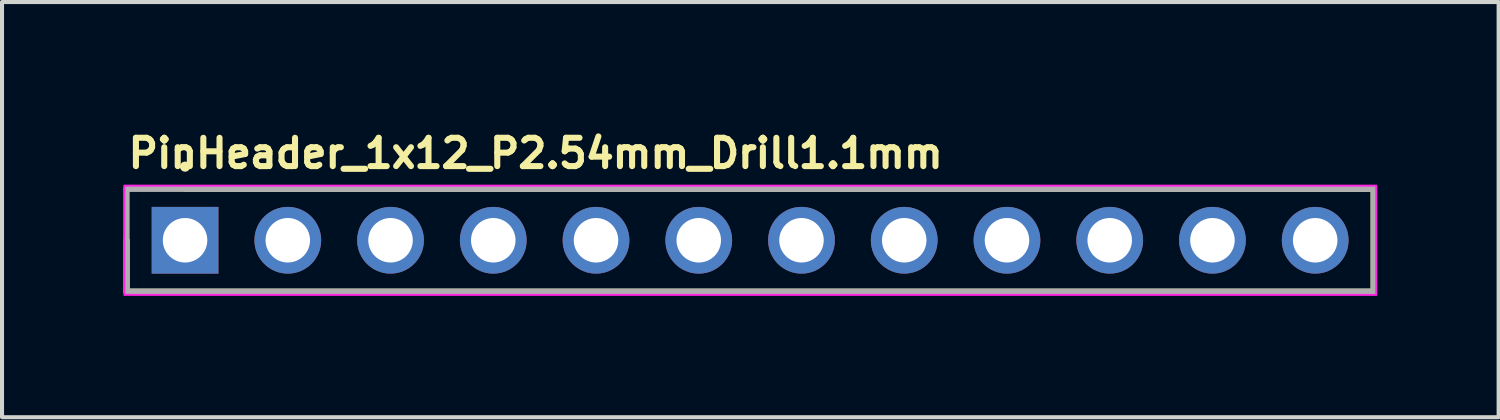
<source format=kicad_pcb>
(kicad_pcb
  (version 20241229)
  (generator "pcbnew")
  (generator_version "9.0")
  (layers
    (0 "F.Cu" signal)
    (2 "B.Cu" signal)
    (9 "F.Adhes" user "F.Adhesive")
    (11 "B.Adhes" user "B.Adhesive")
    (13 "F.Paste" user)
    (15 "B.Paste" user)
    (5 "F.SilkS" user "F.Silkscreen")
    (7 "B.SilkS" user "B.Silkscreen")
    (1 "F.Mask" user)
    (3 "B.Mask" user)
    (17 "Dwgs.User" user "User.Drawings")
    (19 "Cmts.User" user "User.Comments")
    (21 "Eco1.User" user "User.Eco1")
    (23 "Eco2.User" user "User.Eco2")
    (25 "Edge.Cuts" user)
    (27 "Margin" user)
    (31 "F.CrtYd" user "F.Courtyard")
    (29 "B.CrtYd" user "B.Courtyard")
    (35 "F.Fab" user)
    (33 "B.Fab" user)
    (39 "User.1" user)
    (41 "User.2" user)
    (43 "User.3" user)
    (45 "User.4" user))
  (footprint "PinHeader_1x12_P2.54mm_Drill1.1mm"
    (layer "F.Cu")
    (at 1.525 2.89)
    (property "Reference" "PinHeader_1x12_P2.54mm_Drill1.1mm" (at -1.48 -1.74 0) (unlocked yes) (layer "F.SilkS") (effects (font (size 0.7 0.7) (thickness 0.15)) (justify left bottom)))
    (attr through_hole)
    (fp_line (start -1.445 0) (end -1.445 1.27) (stroke (width 0.15) (type solid)) (layer "F.SilkS"))
    (fp_line (start -1.445 1.27) (end 29.385 1.27) (stroke (width 0.15) (type solid)) (layer "F.SilkS"))
    (fp_line (start 29.385 -1.27) (end 0 -1.27) (stroke (width 0.15) (type solid)) (layer "F.SilkS"))
    (fp_line (start 29.385 1.27) (end 29.385 -1.27) (stroke (width 0.15) (type solid)) (layer "F.SilkS"))
    (fp_circle (center 0 -1.82) (end 0.05 -1.82) (stroke (width 0.15) (type solid)) (fill yes) (layer "F.SilkS"))
    (fp_rect (start -1.5 -1.35) (end 29.45 1.35) (stroke (width 0.05) (type solid)) (fill no) (layer "F.CrtYd"))
    (fp_line (start -1.445 -1.27) (end 29.385 -1.27) (stroke (width 0.15) (type solid)) (layer "F.Fab"))
    (fp_line (start -1.445 1.27) (end -1.445 -1.27) (stroke (width 0.15) (type solid)) (layer "F.Fab"))
    (fp_line (start 29.385 -1.27) (end 29.385 1.27) (stroke (width 0.15) (type solid)) (layer "F.Fab"))
    (fp_line (start 29.385 1.27) (end -1.445 1.27) (stroke (width 0.15) (type solid)) (layer "F.Fab"))
    (fp_rect (start -1.27 -1.27) (end 29.21 1.27) (stroke (width 0.1) (type solid)) (fill no) (layer "User.5"))
    (fp_line (start -1.27 -1.27) (end 1.045 -1.27) (stroke (width 0.02) (type solid)) (layer "User.9"))
    (fp_line (start -1.27 1.27) (end -1.27 -1.27) (stroke (width 0.02) (type solid)) (layer "User.9"))
    (fp_line (start -1.27 1.27) (end 1.045 1.27) (stroke (width 0.02) (type solid)) (layer "User.9"))
    (fp_line (start -0.32 -0.32) (end -0.064 -0.064) (stroke (width 0.02) (type solid)) (layer "User.9"))
    (fp_line (start -0.32 -0.32) (end 0.32 -0.32) (stroke (width 0.02) (type solid)) (layer "User.9"))
    (fp_line (start -0.32 0.32) (end -0.32 -0.32) (stroke (width 0.02) (type solid)) (layer "User.9"))
    (fp_line (start -0.32 0.32) (end -0.064 0.064) (stroke (width 0.02) (type solid)) (layer "User.9"))
    (fp_line (start -0.32 0.32) (end 0.32 0.32) (stroke (width 0.02) (type solid)) (layer "User.9"))
    (fp_line (start -0.064 -0.064) (end 0.064 -0.064) (stroke (width 0.02) (type solid)) (layer "User.9"))
    (fp_line (start -0.064 0.064) (end -0.064 -0.064) (stroke (width 0.02) (type solid)) (layer "User.9"))
    (fp_line (start -0.064 0.064) (end 0.064 0.064) (stroke (width 0.02) (type solid)) (layer "User.9"))
    (fp_line (start 0.064 0.064) (end 0.064 -0.064) (stroke (width 0.02) (type solid)) (layer "User.9"))
    (fp_line (start 0.32 -0.32) (end 0.064 -0.064) (stroke (width 0.02) (type solid)) (layer "User.9"))
    (fp_line (start 0.32 0.32) (end 0.064 0.064) (stroke (width 0.02) (type solid)) (layer "User.9"))
    (fp_line (start 0.32 0.32) (end 0.32 -0.32) (stroke (width 0.02) (type solid)) (layer "User.9"))
    (fp_line (start 1.045 -1.27) (end 1.27 -1.045) (stroke (width 0.02) (type solid)) (layer "User.9"))
    (fp_line (start 1.045 1.27) (end 1.045 -1.27) (stroke (width 0.02) (type solid)) (layer "User.9"))
    (fp_line (start 1.045 1.27) (end 1.27 1.045) (stroke (width 0.02) (type solid)) (layer "User.9"))
    (fp_line (start 1.27 1.045) (end 1.27 -1.045) (stroke (width 0.02) (type solid)) (layer "User.9"))
    (fp_line (start 1.495 -1.27) (end 1.27 -1.045) (stroke (width 0.02) (type solid)) (layer "User.9"))
    (fp_line (start 1.495 -1.27) (end 3.585 -1.27) (stroke (width 0.02) (type solid)) (layer "User.9"))
    (fp_line (start 1.495 1.27) (end 1.27 1.045) (stroke (width 0.02) (type solid)) (layer "User.9"))
    (fp_line (start 1.495 1.27) (end 1.495 -1.27) (stroke (width 0.02) (type solid)) (layer "User.9"))
    (fp_line (start 1.495 1.27) (end 3.585 1.27) (stroke (width 0.02) (type solid)) (layer "User.9"))
    (fp_line (start 2.22 -0.32) (end 2.476 -0.064) (stroke (width 0.02) (type solid)) (layer "User.9"))
    (fp_line (start 2.22 -0.32) (end 2.86 -0.32) (stroke (width 0.02) (type solid)) (layer "User.9"))
    (fp_line (start 2.22 0.32) (end 2.22 -0.32) (stroke (width 0.02) (type solid)) (layer "User.9"))
    (fp_line (start 2.22 0.32) (end 2.476 0.064) (stroke (width 0.02) (type solid)) (layer "User.9"))
    (fp_line (start 2.22 0.32) (end 2.86 0.32) (stroke (width 0.02) (type solid)) (layer "User.9"))
    (fp_line (start 2.476 -0.064) (end 2.604 -0.064) (stroke (width 0.02) (type solid)) (layer "User.9"))
    (fp_line (start 2.476 0.064) (end 2.476 -0.064) (stroke (width 0.02) (type solid)) (layer "User.9"))
    (fp_line (start 2.476 0.064) (end 2.604 0.064) (stroke (width 0.02) (type solid)) (layer "User.9"))
    (fp_line (start 2.604 0.064) (end 2.604 -0.064) (stroke (width 0.02) (type solid)) (layer "User.9"))
    (fp_line (start 2.86 -0.32) (end 2.604 -0.064) (stroke (width 0.02) (type solid)) (layer "User.9"))
    (fp_line (start 2.86 0.32) (end 2.604 0.064) (stroke (width 0.02) (type solid)) (layer "User.9"))
    (fp_line (start 2.86 0.32) (end 2.86 -0.32) (stroke (width 0.02) (type solid)) (layer "User.9"))
    (fp_line (start 3.585 -1.27) (end 3.81 -1.045) (stroke (width 0.02) (type solid)) (layer "User.9"))
    (fp_line (start 3.585 1.27) (end 3.585 -1.27) (stroke (width 0.02) (type solid)) (layer "User.9"))
    (fp_line (start 3.585 1.27) (end 3.81 1.045) (stroke (width 0.02) (type solid)) (layer "User.9"))
    (fp_line (start 3.81 1.045) (end 3.81 -1.045) (stroke (width 0.02) (type solid)) (layer "User.9"))
    (fp_line (start 4.035 -1.27) (end 3.81 -1.045) (stroke (width 0.02) (type solid)) (layer "User.9"))
    (fp_line (start 4.035 -1.27) (end 6.125 -1.27) (stroke (width 0.02) (type solid)) (layer "User.9"))
    (fp_line (start 4.035 1.27) (end 3.81 1.045) (stroke (width 0.02) (type solid)) (layer "User.9"))
    (fp_line (start 4.035 1.27) (end 4.035 -1.27) (stroke (width 0.02) (type solid)) (layer "User.9"))
    (fp_line (start 4.035 1.27) (end 6.125 1.27) (stroke (width 0.02) (type solid)) (layer "User.9"))
    (fp_line (start 4.76 -0.32) (end 5.016 -0.064) (stroke (width 0.02) (type solid)) (layer "User.9"))
    (fp_line (start 4.76 -0.32) (end 5.4 -0.32) (stroke (width 0.02) (type solid)) (layer "User.9"))
    (fp_line (start 4.76 0.32) (end 4.76 -0.32) (stroke (width 0.02) (type solid)) (layer "User.9"))
    (fp_line (start 4.76 0.32) (end 5.016 0.064) (stroke (width 0.02) (type solid)) (layer "User.9"))
    (fp_line (start 4.76 0.32) (end 5.4 0.32) (stroke (width 0.02) (type solid)) (layer "User.9"))
    (fp_line (start 5.016 -0.064) (end 5.144 -0.064) (stroke (width 0.02) (type solid)) (layer "User.9"))
    (fp_line (start 5.016 0.064) (end 5.016 -0.064) (stroke (width 0.02) (type solid)) (layer "User.9"))
    (fp_line (start 5.016 0.064) (end 5.144 0.064) (stroke (width 0.02) (type solid)) (layer "User.9"))
    (fp_line (start 5.144 0.064) (end 5.144 -0.064) (stroke (width 0.02) (type solid)) (layer "User.9"))
    (fp_line (start 5.4 -0.32) (end 5.144 -0.064) (stroke (width 0.02) (type solid)) (layer "User.9"))
    (fp_line (start 5.4 0.32) (end 5.144 0.064) (stroke (width 0.02) (type solid)) (layer "User.9"))
    (fp_line (start 5.4 0.32) (end 5.4 -0.32) (stroke (width 0.02) (type solid)) (layer "User.9"))
    (fp_line (start 6.125 -1.27) (end 6.35 -1.045) (stroke (width 0.02) (type solid)) (layer "User.9"))
    (fp_line (start 6.125 1.27) (end 6.125 -1.27) (stroke (width 0.02) (type solid)) (layer "User.9"))
    (fp_line (start 6.125 1.27) (end 6.35 1.045) (stroke (width 0.02) (type solid)) (layer "User.9"))
    (fp_line (start 6.35 1.045) (end 6.35 -1.045) (stroke (width 0.02) (type solid)) (layer "User.9"))
    (fp_line (start 6.575 -1.27) (end 6.35 -1.045) (stroke (width 0.02) (type solid)) (layer "User.9"))
    (fp_line (start 6.575 -1.27) (end 8.665 -1.27) (stroke (width 0.02) (type solid)) (layer "User.9"))
    (fp_line (start 6.575 1.27) (end 6.35 1.045) (stroke (width 0.02) (type solid)) (layer "User.9"))
    (fp_line (start 6.575 1.27) (end 6.575 -1.27) (stroke (width 0.02) (type solid)) (layer "User.9"))
    (fp_line (start 6.575 1.27) (end 8.665 1.27) (stroke (width 0.02) (type solid)) (layer "User.9"))
    (fp_line (start 7.3 -0.32) (end 7.556 -0.064) (stroke (width 0.02) (type solid)) (layer "User.9"))
    (fp_line (start 7.3 -0.32) (end 7.94 -0.32) (stroke (width 0.02) (type solid)) (layer "User.9"))
    (fp_line (start 7.3 0.32) (end 7.3 -0.32) (stroke (width 0.02) (type solid)) (layer "User.9"))
    (fp_line (start 7.3 0.32) (end 7.556 0.064) (stroke (width 0.02) (type solid)) (layer "User.9"))
    (fp_line (start 7.3 0.32) (end 7.94 0.32) (stroke (width 0.02) (type solid)) (layer "User.9"))
    (fp_line (start 7.556 -0.064) (end 7.684 -0.064) (stroke (width 0.02) (type solid)) (layer "User.9"))
    (fp_line (start 7.556 0.064) (end 7.556 -0.064) (stroke (width 0.02) (type solid)) (layer "User.9"))
    (fp_line (start 7.556 0.064) (end 7.684 0.064) (stroke (width 0.02) (type solid)) (layer "User.9"))
    (fp_line (start 7.684 0.064) (end 7.684 -0.064) (stroke (width 0.02) (type solid)) (layer "User.9"))
    (fp_line (start 7.94 -0.32) (end 7.684 -0.064) (stroke (width 0.02) (type solid)) (layer "User.9"))
    (fp_line (start 7.94 0.32) (end 7.684 0.064) (stroke (width 0.02) (type solid)) (layer "User.9"))
    (fp_line (start 7.94 0.32) (end 7.94 -0.32) (stroke (width 0.02) (type solid)) (layer "User.9"))
    (fp_line (start 8.665 -1.27) (end 8.89 -1.045) (stroke (width 0.02) (type solid)) (layer "User.9"))
    (fp_line (start 8.665 1.27) (end 8.665 -1.27) (stroke (width 0.02) (type solid)) (layer "User.9"))
    (fp_line (start 8.665 1.27) (end 8.89 1.045) (stroke (width 0.02) (type solid)) (layer "User.9"))
    (fp_line (start 8.89 1.045) (end 8.89 -1.045) (stroke (width 0.02) (type solid)) (layer "User.9"))
    (fp_line (start 9.115 -1.27) (end 8.89 -1.045) (stroke (width 0.02) (type solid)) (layer "User.9"))
    (fp_line (start 9.115 -1.27) (end 11.206 -1.27) (stroke (width 0.02) (type solid)) (layer "User.9"))
    (fp_line (start 9.115 1.27) (end 8.89 1.045) (stroke (width 0.02) (type solid)) (layer "User.9"))
    (fp_line (start 9.115 1.27) (end 9.115 -1.27) (stroke (width 0.02) (type solid)) (layer "User.9"))
    (fp_line (start 9.115 1.27) (end 11.206 1.27) (stroke (width 0.02) (type solid)) (layer "User.9"))
    (fp_line (start 9.84 -0.32) (end 10.096 -0.064) (stroke (width 0.02) (type solid)) (layer "User.9"))
    (fp_line (start 9.84 -0.32) (end 10.48 -0.32) (stroke (width 0.02) (type solid)) (layer "User.9"))
    (fp_line (start 9.84 0.32) (end 9.84 -0.32) (stroke (width 0.02) (type solid)) (layer "User.9"))
    (fp_line (start 9.84 0.32) (end 10.096 0.064) (stroke (width 0.02) (type solid)) (layer "User.9"))
    (fp_line (start 9.84 0.32) (end 10.48 0.32) (stroke (width 0.02) (type solid)) (layer "User.9"))
    (fp_line (start 10.096 -0.064) (end 10.224 -0.064) (stroke (width 0.02) (type solid)) (layer "User.9"))
    (fp_line (start 10.096 0.064) (end 10.096 -0.064) (stroke (width 0.02) (type solid)) (layer "User.9"))
    (fp_line (start 10.096 0.064) (end 10.224 0.064) (stroke (width 0.02) (type solid)) (layer "User.9"))
    (fp_line (start 10.224 0.064) (end 10.224 -0.064) (stroke (width 0.02) (type solid)) (layer "User.9"))
    (fp_line (start 10.48 -0.32) (end 10.224 -0.064) (stroke (width 0.02) (type solid)) (layer "User.9"))
    (fp_line (start 10.48 0.32) (end 10.224 0.064) (stroke (width 0.02) (type solid)) (layer "User.9"))
    (fp_line (start 10.48 0.32) (end 10.48 -0.32) (stroke (width 0.02) (type solid)) (layer "User.9"))
    (fp_line (start 11.206 -1.27) (end 11.43 -1.045) (stroke (width 0.02) (type solid)) (layer "User.9"))
    (fp_line (start 11.206 1.27) (end 11.206 -1.27) (stroke (width 0.02) (type solid)) (layer "User.9"))
    (fp_line (start 11.206 1.27) (end 11.43 1.045) (stroke (width 0.02) (type solid)) (layer "User.9"))
    (fp_line (start 11.43 1.045) (end 11.43 -1.045) (stroke (width 0.02) (type solid)) (layer "User.9"))
    (fp_line (start 11.654 -1.27) (end 11.43 -1.045) (stroke (width 0.02) (type solid)) (layer "User.9"))
    (fp_line (start 11.654 -1.27) (end 13.746 -1.27) (stroke (width 0.02) (type solid)) (layer "User.9"))
    (fp_line (start 11.654 1.27) (end 11.43 1.045) (stroke (width 0.02) (type solid)) (layer "User.9"))
    (fp_line (start 11.654 1.27) (end 11.654 -1.27) (stroke (width 0.02) (type solid)) (layer "User.9"))
    (fp_line (start 11.654 1.27) (end 13.746 1.27) (stroke (width 0.02) (type solid)) (layer "User.9"))
    (fp_line (start 12.38 -0.32) (end 12.636 -0.064) (stroke (width 0.02) (type solid)) (layer "User.9"))
    (fp_line (start 12.38 -0.32) (end 13.02 -0.32) (stroke (width 0.02) (type solid)) (layer "User.9"))
    (fp_line (start 12.38 0.32) (end 12.38 -0.32) (stroke (width 0.02) (type solid)) (layer "User.9"))
    (fp_line (start 12.38 0.32) (end 12.636 0.064) (stroke (width 0.02) (type solid)) (layer "User.9"))
    (fp_line (start 12.38 0.32) (end 13.02 0.32) (stroke (width 0.02) (type solid)) (layer "User.9"))
    (fp_line (start 12.636 -0.064) (end 12.764 -0.064) (stroke (width 0.02) (type solid)) (layer "User.9"))
    (fp_line (start 12.636 0.064) (end 12.636 -0.064) (stroke (width 0.02) (type solid)) (layer "User.9"))
    (fp_line (start 12.636 0.064) (end 12.764 0.064) (stroke (width 0.02) (type solid)) (layer "User.9"))
    (fp_line (start 12.764 0.064) (end 12.764 -0.064) (stroke (width 0.02) (type solid)) (layer "User.9"))
    (fp_line (start 13.02 -0.32) (end 12.764 -0.064) (stroke (width 0.02) (type solid)) (layer "User.9"))
    (fp_line (start 13.02 0.32) (end 12.764 0.064) (stroke (width 0.02) (type solid)) (layer "User.9"))
    (fp_line (start 13.02 0.32) (end 13.02 -0.32) (stroke (width 0.02) (type solid)) (layer "User.9"))
    (fp_line (start 13.746 -1.27) (end 13.97 -1.045) (stroke (width 0.02) (type solid)) (layer "User.9"))
    (fp_line (start 13.746 1.27) (end 13.746 -1.27) (stroke (width 0.02) (type solid)) (layer "User.9"))
    (fp_line (start 13.746 1.27) (end 13.97 1.045) (stroke (width 0.02) (type solid)) (layer "User.9"))
    (fp_line (start 13.97 1.045) (end 13.97 -1.045) (stroke (width 0.02) (type solid)) (layer "User.9"))
    (fp_line (start 14.194 -1.27) (end 13.97 -1.045) (stroke (width 0.02) (type solid)) (layer "User.9"))
    (fp_line (start 14.194 -1.27) (end 16.285 -1.27) (stroke (width 0.02) (type solid)) (layer "User.9"))
    (fp_line (start 14.194 1.27) (end 13.97 1.045) (stroke (width 0.02) (type solid)) (layer "User.9"))
    (fp_line (start 14.194 1.27) (end 14.194 -1.27) (stroke (width 0.02) (type solid)) (layer "User.9"))
    (fp_line (start 14.194 1.27) (end 16.285 1.27) (stroke (width 0.02) (type solid)) (layer "User.9"))
    (fp_line (start 14.92 -0.32) (end 15.176 -0.064) (stroke (width 0.02) (type solid)) (layer "User.9"))
    (fp_line (start 14.92 -0.32) (end 15.56 -0.32) (stroke (width 0.02) (type solid)) (layer "User.9"))
    (fp_line (start 14.92 0.32) (end 14.92 -0.32) (stroke (width 0.02) (type solid)) (layer "User.9"))
    (fp_line (start 14.92 0.32) (end 15.176 0.064) (stroke (width 0.02) (type solid)) (layer "User.9"))
    (fp_line (start 14.92 0.32) (end 15.56 0.32) (stroke (width 0.02) (type solid)) (layer "User.9"))
    (fp_line (start 15.176 -0.064) (end 15.304 -0.064) (stroke (width 0.02) (type solid)) (layer "User.9"))
    (fp_line (start 15.176 0.064) (end 15.176 -0.064) (stroke (width 0.02) (type solid)) (layer "User.9"))
    (fp_line (start 15.176 0.064) (end 15.304 0.064) (stroke (width 0.02) (type solid)) (layer "User.9"))
    (fp_line (start 15.304 0.064) (end 15.304 -0.064) (stroke (width 0.02) (type solid)) (layer "User.9"))
    (fp_line (start 15.56 -0.32) (end 15.304 -0.064) (stroke (width 0.02) (type solid)) (layer "User.9"))
    (fp_line (start 15.56 0.32) (end 15.304 0.064) (stroke (width 0.02) (type solid)) (layer "User.9"))
    (fp_line (start 15.56 0.32) (end 15.56 -0.32) (stroke (width 0.02) (type solid)) (layer "User.9"))
    (fp_line (start 16.285 -1.27) (end 16.51 -1.045) (stroke (width 0.02) (type solid)) (layer "User.9"))
    (fp_line (start 16.285 1.27) (end 16.285 -1.27) (stroke (width 0.02) (type solid)) (layer "User.9"))
    (fp_line (start 16.285 1.27) (end 16.51 1.045) (stroke (width 0.02) (type solid)) (layer "User.9"))
    (fp_line (start 16.51 1.045) (end 16.51 -1.045) (stroke (width 0.02) (type solid)) (layer "User.9"))
    (fp_line (start 16.735 -1.27) (end 16.51 -1.045) (stroke (width 0.02) (type solid)) (layer "User.9"))
    (fp_line (start 16.735 -1.27) (end 18.826 -1.27) (stroke (width 0.02) (type solid)) (layer "User.9"))
    (fp_line (start 16.735 1.27) (end 16.51 1.045) (stroke (width 0.02) (type solid)) (layer "User.9"))
    (fp_line (start 16.735 1.27) (end 16.735 -1.27) (stroke (width 0.02) (type solid)) (layer "User.9"))
    (fp_line (start 16.735 1.27) (end 18.826 1.27) (stroke (width 0.02) (type solid)) (layer "User.9"))
    (fp_line (start 17.46 -0.32) (end 17.716 -0.064) (stroke (width 0.02) (type solid)) (layer "User.9"))
    (fp_line (start 17.46 -0.32) (end 18.1 -0.32) (stroke (width 0.02) (type solid)) (layer "User.9"))
    (fp_line (start 17.46 0.32) (end 17.46 -0.32) (stroke (width 0.02) (type solid)) (layer "User.9"))
    (fp_line (start 17.46 0.32) (end 17.716 0.064) (stroke (width 0.02) (type solid)) (layer "User.9"))
    (fp_line (start 17.46 0.32) (end 18.1 0.32) (stroke (width 0.02) (type solid)) (layer "User.9"))
    (fp_line (start 17.716 -0.064) (end 17.844 -0.064) (stroke (width 0.02) (type solid)) (layer "User.9"))
    (fp_line (start 17.716 0.064) (end 17.716 -0.064) (stroke (width 0.02) (type solid)) (layer "User.9"))
    (fp_line (start 17.716 0.064) (end 17.844 0.064) (stroke (width 0.02) (type solid)) (layer "User.9"))
    (fp_line (start 17.844 0.064) (end 17.844 -0.064) (stroke (width 0.02) (type solid)) (layer "User.9"))
    (fp_line (start 18.1 -0.32) (end 17.844 -0.064) (stroke (width 0.02) (type solid)) (layer "User.9"))
    (fp_line (start 18.1 0.32) (end 17.844 0.064) (stroke (width 0.02) (type solid)) (layer "User.9"))
    (fp_line (start 18.1 0.32) (end 18.1 -0.32) (stroke (width 0.02) (type solid)) (layer "User.9"))
    (fp_line (start 18.826 -1.27) (end 19.05 -1.045) (stroke (width 0.02) (type solid)) (layer "User.9"))
    (fp_line (start 18.826 1.27) (end 18.826 -1.27) (stroke (width 0.02) (type solid)) (layer "User.9"))
    (fp_line (start 18.826 1.27) (end 19.05 1.045) (stroke (width 0.02) (type solid)) (layer "User.9"))
    (fp_line (start 19.05 1.045) (end 19.05 -1.045) (stroke (width 0.02) (type solid)) (layer "User.9"))
    (fp_line (start 19.274 -1.27) (end 19.05 -1.045) (stroke (width 0.02) (type solid)) (layer "User.9"))
    (fp_line (start 19.274 -1.27) (end 21.365 -1.27) (stroke (width 0.02) (type solid)) (layer "User.9"))
    (fp_line (start 19.274 1.27) (end 19.05 1.045) (stroke (width 0.02) (type solid)) (layer "User.9"))
    (fp_line (start 19.274 1.27) (end 19.274 -1.27) (stroke (width 0.02) (type solid)) (layer "User.9"))
    (fp_line (start 19.274 1.27) (end 21.365 1.27) (stroke (width 0.02) (type solid)) (layer "User.9"))
    (fp_line (start 20 -0.32) (end 20.256 -0.064) (stroke (width 0.02) (type solid)) (layer "User.9"))
    (fp_line (start 20 -0.32) (end 20.64 -0.32) (stroke (width 0.02) (type solid)) (layer "User.9"))
    (fp_line (start 20 0.32) (end 20 -0.32) (stroke (width 0.02) (type solid)) (layer "User.9"))
    (fp_line (start 20 0.32) (end 20.256 0.064) (stroke (width 0.02) (type solid)) (layer "User.9"))
    (fp_line (start 20 0.32) (end 20.64 0.32) (stroke (width 0.02) (type solid)) (layer "User.9"))
    (fp_line (start 20.256 -0.064) (end 20.384 -0.064) (stroke (width 0.02) (type solid)) (layer "User.9"))
    (fp_line (start 20.256 0.064) (end 20.256 -0.064) (stroke (width 0.02) (type solid)) (layer "User.9"))
    (fp_line (start 20.256 0.064) (end 20.384 0.064) (stroke (width 0.02) (type solid)) (layer "User.9"))
    (fp_line (start 20.384 0.064) (end 20.384 -0.064) (stroke (width 0.02) (type solid)) (layer "User.9"))
    (fp_line (start 20.64 -0.32) (end 20.384 -0.064) (stroke (width 0.02) (type solid)) (layer "User.9"))
    (fp_line (start 20.64 0.32) (end 20.384 0.064) (stroke (width 0.02) (type solid)) (layer "User.9"))
    (fp_line (start 20.64 0.32) (end 20.64 -0.32) (stroke (width 0.02) (type solid)) (layer "User.9"))
    (fp_line (start 21.365 -1.27) (end 21.59 -1.045) (stroke (width 0.02) (type solid)) (layer "User.9"))
    (fp_line (start 21.365 1.27) (end 21.365 -1.27) (stroke (width 0.02) (type solid)) (layer "User.9"))
    (fp_line (start 21.365 1.27) (end 21.59 1.045) (stroke (width 0.02) (type solid)) (layer "User.9"))
    (fp_line (start 21.59 1.045) (end 21.59 -1.045) (stroke (width 0.02) (type solid)) (layer "User.9"))
    (fp_line (start 21.815 -1.27) (end 21.59 -1.045) (stroke (width 0.02) (type solid)) (layer "User.9"))
    (fp_line (start 21.815 -1.27) (end 23.906 -1.27) (stroke (width 0.02) (type solid)) (layer "User.9"))
    (fp_line (start 21.815 1.27) (end 21.59 1.045) (stroke (width 0.02) (type solid)) (layer "User.9"))
    (fp_line (start 21.815 1.27) (end 21.815 -1.27) (stroke (width 0.02) (type solid)) (layer "User.9"))
    (fp_line (start 21.815 1.27) (end 23.906 1.27) (stroke (width 0.02) (type solid)) (layer "User.9"))
    (fp_line (start 22.54 -0.32) (end 22.796 -0.064) (stroke (width 0.02) (type solid)) (layer "User.9"))
    (fp_line (start 22.54 -0.32) (end 23.18 -0.32) (stroke (width 0.02) (type solid)) (layer "User.9"))
    (fp_line (start 22.54 0.32) (end 22.54 -0.32) (stroke (width 0.02) (type solid)) (layer "User.9"))
    (fp_line (start 22.54 0.32) (end 22.796 0.064) (stroke (width 0.02) (type solid)) (layer "User.9"))
    (fp_line (start 22.54 0.32) (end 23.18 0.32) (stroke (width 0.02) (type solid)) (layer "User.9"))
    (fp_line (start 22.796 -0.064) (end 22.924 -0.064) (stroke (width 0.02) (type solid)) (layer "User.9"))
    (fp_line (start 22.796 0.064) (end 22.796 -0.064) (stroke (width 0.02) (type solid)) (layer "User.9"))
    (fp_line (start 22.796 0.064) (end 22.924 0.064) (stroke (width 0.02) (type solid)) (layer "User.9"))
    (fp_line (start 22.924 0.064) (end 22.924 -0.064) (stroke (width 0.02) (type solid)) (layer "User.9"))
    (fp_line (start 23.18 -0.32) (end 22.924 -0.064) (stroke (width 0.02) (type solid)) (layer "User.9"))
    (fp_line (start 23.18 0.32) (end 22.924 0.064) (stroke (width 0.02) (type solid)) (layer "User.9"))
    (fp_line (start 23.18 0.32) (end 23.18 -0.32) (stroke (width 0.02) (type solid)) (layer "User.9"))
    (fp_line (start 23.906 -1.27) (end 24.13 -1.045) (stroke (width 0.02) (type solid)) (layer "User.9"))
    (fp_line (start 23.906 1.27) (end 23.906 -1.27) (stroke (width 0.02) (type solid)) (layer "User.9"))
    (fp_line (start 23.906 1.27) (end 24.13 1.045) (stroke (width 0.02) (type solid)) (layer "User.9"))
    (fp_line (start 24.13 1.045) (end 24.13 -1.045) (stroke (width 0.02) (type solid)) (layer "User.9"))
    (fp_line (start 24.354 -1.27) (end 24.13 -1.045) (stroke (width 0.02) (type solid)) (layer "User.9"))
    (fp_line (start 24.354 -1.27) (end 26.445 -1.27) (stroke (width 0.02) (type solid)) (layer "User.9"))
    (fp_line (start 24.354 1.27) (end 24.13 1.045) (stroke (width 0.02) (type solid)) (layer "User.9"))
    (fp_line (start 24.354 1.27) (end 24.354 -1.27) (stroke (width 0.02) (type solid)) (layer "User.9"))
    (fp_line (start 24.354 1.27) (end 26.445 1.27) (stroke (width 0.02) (type solid)) (layer "User.9"))
    (fp_line (start 25.08 -0.32) (end 25.336 -0.064) (stroke (width 0.02) (type solid)) (layer "User.9"))
    (fp_line (start 25.08 -0.32) (end 25.72 -0.32) (stroke (width 0.02) (type solid)) (layer "User.9"))
    (fp_line (start 25.08 0.32) (end 25.08 -0.32) (stroke (width 0.02) (type solid)) (layer "User.9"))
    (fp_line (start 25.08 0.32) (end 25.336 0.064) (stroke (width 0.02) (type solid)) (layer "User.9"))
    (fp_line (start 25.08 0.32) (end 25.72 0.32) (stroke (width 0.02) (type solid)) (layer "User.9"))
    (fp_line (start 25.336 -0.064) (end 25.464 -0.064) (stroke (width 0.02) (type solid)) (layer "User.9"))
    (fp_line (start 25.336 0.064) (end 25.336 -0.064) (stroke (width 0.02) (type solid)) (layer "User.9"))
    (fp_line (start 25.336 0.064) (end 25.464 0.064) (stroke (width 0.02) (type solid)) (layer "User.9"))
    (fp_line (start 25.464 0.064) (end 25.464 -0.064) (stroke (width 0.02) (type solid)) (layer "User.9"))
    (fp_line (start 25.72 -0.32) (end 25.464 -0.064) (stroke (width 0.02) (type solid)) (layer "User.9"))
    (fp_line (start 25.72 0.32) (end 25.464 0.064) (stroke (width 0.02) (type solid)) (layer "User.9"))
    (fp_line (start 25.72 0.32) (end 25.72 -0.32) (stroke (width 0.02) (type solid)) (layer "User.9"))
    (fp_line (start 26.445 -1.27) (end 26.67 -1.045) (stroke (width 0.02) (type solid)) (layer "User.9"))
    (fp_line (start 26.445 1.27) (end 26.445 -1.27) (stroke (width 0.02) (type solid)) (layer "User.9"))
    (fp_line (start 26.445 1.27) (end 26.67 1.045) (stroke (width 0.02) (type solid)) (layer "User.9"))
    (fp_line (start 26.67 1.045) (end 26.67 -1.045) (stroke (width 0.02) (type solid)) (layer "User.9"))
    (fp_line (start 26.895 -1.27) (end 26.67 -1.045) (stroke (width 0.02) (type solid)) (layer "User.9"))
    (fp_line (start 26.895 -1.27) (end 29.21 -1.27) (stroke (width 0.02) (type solid)) (layer "User.9"))
    (fp_line (start 26.895 1.27) (end 26.67 1.045) (stroke (width 0.02) (type solid)) (layer "User.9"))
    (fp_line (start 26.895 1.27) (end 26.895 -1.27) (stroke (width 0.02) (type solid)) (layer "User.9"))
    (fp_line (start 26.895 1.27) (end 29.21 1.27) (stroke (width 0.02) (type solid)) (layer "User.9"))
    (fp_line (start 27.62 -0.32) (end 27.876 -0.064) (stroke (width 0.02) (type solid)) (layer "User.9"))
    (fp_line (start 27.62 -0.32) (end 28.26 -0.32) (stroke (width 0.02) (type solid)) (layer "User.9"))
    (fp_line (start 27.62 0.32) (end 27.62 -0.32) (stroke (width 0.02) (type solid)) (layer "User.9"))
    (fp_line (start 27.62 0.32) (end 27.876 0.064) (stroke (width 0.02) (type solid)) (layer "User.9"))
    (fp_line (start 27.62 0.32) (end 28.26 0.32) (stroke (width 0.02) (type solid)) (layer "User.9"))
    (fp_line (start 27.876 -0.064) (end 28.004 -0.064) (stroke (width 0.02) (type solid)) (layer "User.9"))
    (fp_line (start 27.876 0.064) (end 27.876 -0.064) (stroke (width 0.02) (type solid)) (layer "User.9"))
    (fp_line (start 27.876 0.064) (end 28.004 0.064) (stroke (width 0.02) (type solid)) (layer "User.9"))
    (fp_line (start 28.004 0.064) (end 28.004 -0.064) (stroke (width 0.02) (type solid)) (layer "User.9"))
    (fp_line (start 28.26 -0.32) (end 28.004 -0.064) (stroke (width 0.02) (type solid)) (layer "User.9"))
    (fp_line (start 28.26 0.32) (end 28.004 0.064) (stroke (width 0.02) (type solid)) (layer "User.9"))
    (fp_line (start 28.26 0.32) (end 28.26 -0.32) (stroke (width 0.02) (type solid)) (layer "User.9"))
    (fp_line (start 29.21 1.27) (end 29.21 -1.27) (stroke (width 0.02) (type solid)) (layer "User.9"))
    (pad "1" thru_hole rect (at 0 0) (size 1.65 1.65) (drill 1.1) (layers "*.Cu" "*.Mask"))
    (pad "2" thru_hole circle (at 2.54 0) (size 1.65 1.65) (drill 1.1) (layers "*.Cu" "*.Mask"))
    (pad "3" thru_hole circle (at 5.08 0) (size 1.65 1.65) (drill 1.1) (layers "*.Cu" "*.Mask"))
    (pad "4" thru_hole circle (at 7.62 0) (size 1.65 1.65) (drill 1.1) (layers "*.Cu" "*.Mask"))
    (pad "5" thru_hole circle (at 10.16 0) (size 1.65 1.65) (drill 1.1) (layers "*.Cu" "*.Mask"))
    (pad "6" thru_hole circle (at 12.7 0) (size 1.65 1.65) (drill 1.1) (layers "*.Cu" "*.Mask"))
    (pad "7" thru_hole circle (at 15.24 0) (size 1.65 1.65) (drill 1.1) (layers "*.Cu" "*.Mask"))
    (pad "8" thru_hole circle (at 17.78 0) (size 1.65 1.65) (drill 1.1) (layers "*.Cu" "*.Mask"))
    (pad "9" thru_hole circle (at 20.32 0) (size 1.65 1.65) (drill 1.1) (layers "*.Cu" "*.Mask"))
    (pad "10" thru_hole circle (at 22.86 0) (size 1.65 1.65) (drill 1.1) (layers "*.Cu" "*.Mask"))
    (pad "11" thru_hole circle (at 25.4 0) (size 1.65 1.65) (drill 1.1) (layers "*.Cu" "*.Mask"))
    (pad "12" thru_hole circle (at 27.94 0) (size 1.65 1.65) (drill 1.1) (layers "*.Cu" "*.Mask")))
  (gr_rect
    (start -3 -3)
    (end 34 7.265)
    (stroke (width 0.1) (type default))
    (fill no)
    (layer "Edge.Cuts")))
</source>
